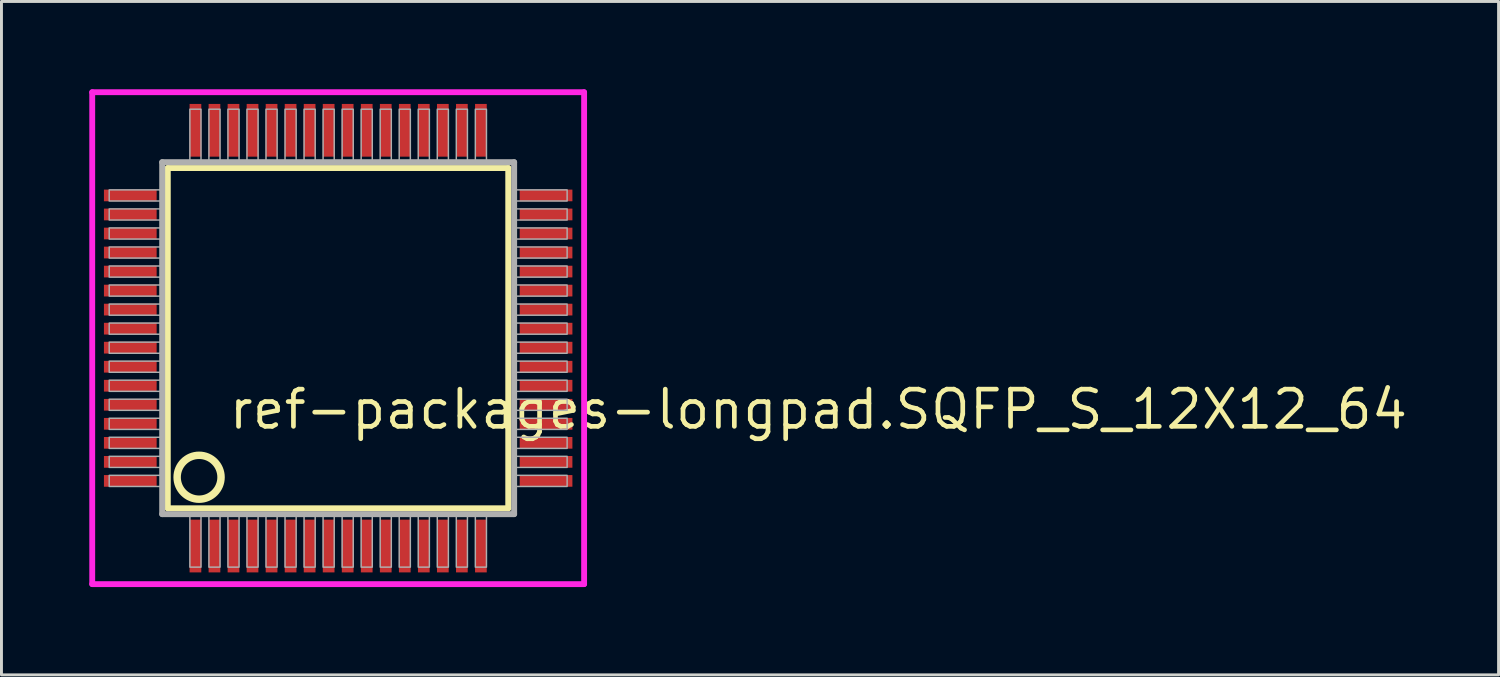
<source format=kicad_pcb>
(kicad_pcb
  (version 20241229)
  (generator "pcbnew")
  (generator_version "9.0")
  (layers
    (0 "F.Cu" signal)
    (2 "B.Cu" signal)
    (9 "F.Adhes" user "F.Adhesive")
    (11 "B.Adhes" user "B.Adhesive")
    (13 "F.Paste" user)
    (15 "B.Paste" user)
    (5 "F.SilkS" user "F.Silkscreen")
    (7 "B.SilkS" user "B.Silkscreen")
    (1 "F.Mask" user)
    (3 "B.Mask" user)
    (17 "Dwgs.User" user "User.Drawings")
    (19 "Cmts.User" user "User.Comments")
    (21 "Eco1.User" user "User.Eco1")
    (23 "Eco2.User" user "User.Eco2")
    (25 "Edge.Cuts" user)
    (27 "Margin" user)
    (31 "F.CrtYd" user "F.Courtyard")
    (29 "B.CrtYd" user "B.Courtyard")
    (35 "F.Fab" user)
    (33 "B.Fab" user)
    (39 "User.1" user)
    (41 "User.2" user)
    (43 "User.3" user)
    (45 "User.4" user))
  (footprint "ref-packages-longpad.SQFP_S_12X12_64"
    (layer "F.Cu")
    (at 8.5 8.5)
    (property "Reference" "ref-packages-longpad.SQFP_S_12X12_64" (at -3.81 3.175 0) (layer "F.SilkS") (effects (font (size 1.27 1.27) (thickness 0.16)) (justify left bottom)))
    (attr smd)
    (fp_line (start -5.82 -5.81) (end 5.81 -5.81) (stroke (width 0.203) (type default)) (layer "F.SilkS"))
    (fp_line (start -5.82 5.81) (end -5.82 -5.81) (stroke (width 0.203) (type default)) (layer "F.SilkS"))
    (fp_line (start 5.81 -5.81) (end 5.81 5.81) (stroke (width 0.203) (type default)) (layer "F.SilkS"))
    (fp_line (start 5.81 5.81) (end -5.82 5.81) (stroke (width 0.203) (type default)) (layer "F.SilkS"))
    (fp_circle (center -4.75 4.75) (end -4 4.75) (stroke (width 0.254) (type default)) (fill no) (layer "F.SilkS"))
    (fp_line (start -8.4 -8.4) (end 8.4 -8.4) (stroke (width 0.2) (type default)) (layer "F.CrtYd"))
    (fp_line (start -8.4 8.4) (end -8.4 -8.4) (stroke (width 0.2) (type default)) (layer "F.CrtYd"))
    (fp_line (start 8.4 -8.4) (end 8.4 8.4) (stroke (width 0.2) (type default)) (layer "F.CrtYd"))
    (fp_line (start 8.4 8.4) (end -8.4 8.4) (stroke (width 0.2) (type default)) (layer "F.CrtYd"))
    (fp_line (start -6.01 -6.01) (end -6.01 6.01) (stroke (width 0.203) (type default)) (layer "F.Fab"))
    (fp_line (start -6.01 6.01) (end 6.01 6.01) (stroke (width 0.203) (type default)) (layer "F.Fab"))
    (fp_line (start 6.01 -6.01) (end -6.01 -6.01) (stroke (width 0.203) (type default)) (layer "F.Fab"))
    (fp_line (start 6.01 6.01) (end 6.01 -6.01) (stroke (width 0.203) (type default)) (layer "F.Fab"))
    (fp_rect (start -7.82 -4.685) (end -6.05 -5.065) (stroke (width 0.05) (type default)) (fill no) (layer "F.Fab"))
    (fp_rect (start -7.82 -4.035) (end -6.05 -4.415) (stroke (width 0.05) (type default)) (fill no) (layer "F.Fab"))
    (fp_rect (start -7.82 -3.385) (end -6.05 -3.765) (stroke (width 0.05) (type default)) (fill no) (layer "F.Fab"))
    (fp_rect (start -7.82 -2.735) (end -6.05 -3.115) (stroke (width 0.05) (type default)) (fill no) (layer "F.Fab"))
    (fp_rect (start -7.82 -2.085) (end -6.05 -2.465) (stroke (width 0.05) (type default)) (fill no) (layer "F.Fab"))
    (fp_rect (start -7.82 -1.435) (end -6.05 -1.815) (stroke (width 0.05) (type default)) (fill no) (layer "F.Fab"))
    (fp_rect (start -7.82 -0.785) (end -6.05 -1.165) (stroke (width 0.05) (type default)) (fill no) (layer "F.Fab"))
    (fp_rect (start -7.82 -0.135) (end -6.05 -0.515) (stroke (width 0.05) (type default)) (fill no) (layer "F.Fab"))
    (fp_rect (start -7.82 0.515) (end -6.05 0.135) (stroke (width 0.05) (type default)) (fill no) (layer "F.Fab"))
    (fp_rect (start -7.82 1.165) (end -6.05 0.785) (stroke (width 0.05) (type default)) (fill no) (layer "F.Fab"))
    (fp_rect (start -7.82 1.815) (end -6.05 1.435) (stroke (width 0.05) (type default)) (fill no) (layer "F.Fab"))
    (fp_rect (start -7.82 2.465) (end -6.05 2.085) (stroke (width 0.05) (type default)) (fill no) (layer "F.Fab"))
    (fp_rect (start -7.82 3.115) (end -6.05 2.735) (stroke (width 0.05) (type default)) (fill no) (layer "F.Fab"))
    (fp_rect (start -7.82 3.765) (end -6.05 3.385) (stroke (width 0.05) (type default)) (fill no) (layer "F.Fab"))
    (fp_rect (start -7.82 4.415) (end -6.05 4.035) (stroke (width 0.05) (type default)) (fill no) (layer "F.Fab"))
    (fp_rect (start -7.82 5.065) (end -6.05 4.685) (stroke (width 0.05) (type default)) (fill no) (layer "F.Fab"))
    (fp_rect (start -5.065 -6.05) (end -4.685 -7.82) (stroke (width 0.05) (type default)) (fill no) (layer "F.Fab"))
    (fp_rect (start -5.065 7.82) (end -4.685 6.05) (stroke (width 0.05) (type default)) (fill no) (layer "F.Fab"))
    (fp_rect (start -4.415 -6.05) (end -4.035 -7.82) (stroke (width 0.05) (type default)) (fill no) (layer "F.Fab"))
    (fp_rect (start -4.415 7.82) (end -4.035 6.05) (stroke (width 0.05) (type default)) (fill no) (layer "F.Fab"))
    (fp_rect (start -3.765 -6.05) (end -3.385 -7.82) (stroke (width 0.05) (type default)) (fill no) (layer "F.Fab"))
    (fp_rect (start -3.765 7.82) (end -3.385 6.05) (stroke (width 0.05) (type default)) (fill no) (layer "F.Fab"))
    (fp_rect (start -3.115 -6.05) (end -2.735 -7.82) (stroke (width 0.05) (type default)) (fill no) (layer "F.Fab"))
    (fp_rect (start -3.115 7.82) (end -2.735 6.05) (stroke (width 0.05) (type default)) (fill no) (layer "F.Fab"))
    (fp_rect (start -2.465 -6.05) (end -2.085 -7.82) (stroke (width 0.05) (type default)) (fill no) (layer "F.Fab"))
    (fp_rect (start -2.465 7.82) (end -2.085 6.05) (stroke (width 0.05) (type default)) (fill no) (layer "F.Fab"))
    (fp_rect (start -1.815 -6.05) (end -1.435 -7.82) (stroke (width 0.05) (type default)) (fill no) (layer "F.Fab"))
    (fp_rect (start -1.815 7.82) (end -1.435 6.05) (stroke (width 0.05) (type default)) (fill no) (layer "F.Fab"))
    (fp_rect (start -1.165 -6.05) (end -0.785 -7.82) (stroke (width 0.05) (type default)) (fill no) (layer "F.Fab"))
    (fp_rect (start -1.165 7.82) (end -0.785 6.05) (stroke (width 0.05) (type default)) (fill no) (layer "F.Fab"))
    (fp_rect (start -0.515 -6.05) (end -0.135 -7.82) (stroke (width 0.05) (type default)) (fill no) (layer "F.Fab"))
    (fp_rect (start -0.515 7.82) (end -0.135 6.05) (stroke (width 0.05) (type default)) (fill no) (layer "F.Fab"))
    (fp_rect (start 0.135 -6.05) (end 0.515 -7.82) (stroke (width 0.05) (type default)) (fill no) (layer "F.Fab"))
    (fp_rect (start 0.135 7.82) (end 0.515 6.05) (stroke (width 0.05) (type default)) (fill no) (layer "F.Fab"))
    (fp_rect (start 0.785 -6.05) (end 1.165 -7.82) (stroke (width 0.05) (type default)) (fill no) (layer "F.Fab"))
    (fp_rect (start 0.785 7.82) (end 1.165 6.05) (stroke (width 0.05) (type default)) (fill no) (layer "F.Fab"))
    (fp_rect (start 1.435 -6.05) (end 1.815 -7.82) (stroke (width 0.05) (type default)) (fill no) (layer "F.Fab"))
    (fp_rect (start 1.435 7.82) (end 1.815 6.05) (stroke (width 0.05) (type default)) (fill no) (layer "F.Fab"))
    (fp_rect (start 2.085 -6.05) (end 2.465 -7.82) (stroke (width 0.05) (type default)) (fill no) (layer "F.Fab"))
    (fp_rect (start 2.085 7.82) (end 2.465 6.05) (stroke (width 0.05) (type default)) (fill no) (layer "F.Fab"))
    (fp_rect (start 2.735 -6.05) (end 3.115 -7.82) (stroke (width 0.05) (type default)) (fill no) (layer "F.Fab"))
    (fp_rect (start 2.735 7.82) (end 3.115 6.05) (stroke (width 0.05) (type default)) (fill no) (layer "F.Fab"))
    (fp_rect (start 3.385 -6.05) (end 3.765 -7.82) (stroke (width 0.05) (type default)) (fill no) (layer "F.Fab"))
    (fp_rect (start 3.385 7.82) (end 3.765 6.05) (stroke (width 0.05) (type default)) (fill no) (layer "F.Fab"))
    (fp_rect (start 4.035 -6.05) (end 4.415 -7.82) (stroke (width 0.05) (type default)) (fill no) (layer "F.Fab"))
    (fp_rect (start 4.035 7.82) (end 4.415 6.05) (stroke (width 0.05) (type default)) (fill no) (layer "F.Fab"))
    (fp_rect (start 4.685 -6.05) (end 5.065 -7.82) (stroke (width 0.05) (type default)) (fill no) (layer "F.Fab"))
    (fp_rect (start 4.685 7.82) (end 5.065 6.05) (stroke (width 0.05) (type default)) (fill no) (layer "F.Fab"))
    (fp_rect (start 6.05 -4.685) (end 7.82 -5.065) (stroke (width 0.05) (type default)) (fill no) (layer "F.Fab"))
    (fp_rect (start 6.05 -4.035) (end 7.82 -4.415) (stroke (width 0.05) (type default)) (fill no) (layer "F.Fab"))
    (fp_rect (start 6.05 -3.385) (end 7.82 -3.765) (stroke (width 0.05) (type default)) (fill no) (layer "F.Fab"))
    (fp_rect (start 6.05 -2.735) (end 7.82 -3.115) (stroke (width 0.05) (type default)) (fill no) (layer "F.Fab"))
    (fp_rect (start 6.05 -2.085) (end 7.82 -2.465) (stroke (width 0.05) (type default)) (fill no) (layer "F.Fab"))
    (fp_rect (start 6.05 -1.435) (end 7.82 -1.815) (stroke (width 0.05) (type default)) (fill no) (layer "F.Fab"))
    (fp_rect (start 6.05 -0.785) (end 7.82 -1.165) (stroke (width 0.05) (type default)) (fill no) (layer "F.Fab"))
    (fp_rect (start 6.05 -0.135) (end 7.82 -0.515) (stroke (width 0.05) (type default)) (fill no) (layer "F.Fab"))
    (fp_rect (start 6.05 0.515) (end 7.82 0.135) (stroke (width 0.05) (type default)) (fill no) (layer "F.Fab"))
    (fp_rect (start 6.05 1.165) (end 7.82 0.785) (stroke (width 0.05) (type default)) (fill no) (layer "F.Fab"))
    (fp_rect (start 6.05 1.815) (end 7.82 1.435) (stroke (width 0.05) (type default)) (fill no) (layer "F.Fab"))
    (fp_rect (start 6.05 2.465) (end 7.82 2.085) (stroke (width 0.05) (type default)) (fill no) (layer "F.Fab"))
    (fp_rect (start 6.05 3.115) (end 7.82 2.735) (stroke (width 0.05) (type default)) (fill no) (layer "F.Fab"))
    (fp_rect (start 6.05 3.765) (end 7.82 3.385) (stroke (width 0.05) (type default)) (fill no) (layer "F.Fab"))
    (fp_rect (start 6.05 4.415) (end 7.82 4.035) (stroke (width 0.05) (type default)) (fill no) (layer "F.Fab"))
    (fp_rect (start 6.05 5.065) (end 7.82 4.685) (stroke (width 0.05) (type default)) (fill no) (layer "F.Fab"))
    (pad "1" smd roundrect (at -4.875 7.1) (size 0.4 1.8) (layers "F.Cu" "F.Mask" "F.Paste") (roundrect_rratio 0.01))
    (pad "2" smd roundrect (at -4.225 7.1) (size 0.4 1.8) (layers "F.Cu" "F.Mask" "F.Paste") (roundrect_rratio 0.01))
    (pad "3" smd roundrect (at -3.575 7.1) (size 0.4 1.8) (layers "F.Cu" "F.Mask" "F.Paste") (roundrect_rratio 0.01))
    (pad "4" smd roundrect (at -2.925 7.1) (size 0.4 1.8) (layers "F.Cu" "F.Mask" "F.Paste") (roundrect_rratio 0.01))
    (pad "5" smd roundrect (at -2.275 7.1) (size 0.4 1.8) (layers "F.Cu" "F.Mask" "F.Paste") (roundrect_rratio 0.01))
    (pad "6" smd roundrect (at -1.625 7.1) (size 0.4 1.8) (layers "F.Cu" "F.Mask" "F.Paste") (roundrect_rratio 0.01))
    (pad "7" smd roundrect (at -0.975 7.1) (size 0.4 1.8) (layers "F.Cu" "F.Mask" "F.Paste") (roundrect_rratio 0.01))
    (pad "8" smd roundrect (at -0.325 7.1) (size 0.4 1.8) (layers "F.Cu" "F.Mask" "F.Paste") (roundrect_rratio 0.01))
    (pad "9" smd roundrect (at 0.325 7.1) (size 0.4 1.8) (layers "F.Cu" "F.Mask" "F.Paste") (roundrect_rratio 0.01))
    (pad "10" smd roundrect (at 0.975 7.1) (size 0.4 1.8) (layers "F.Cu" "F.Mask" "F.Paste") (roundrect_rratio 0.01))
    (pad "11" smd roundrect (at 1.625 7.1) (size 0.4 1.8) (layers "F.Cu" "F.Mask" "F.Paste") (roundrect_rratio 0.01))
    (pad "12" smd roundrect (at 2.275 7.1) (size 0.4 1.8) (layers "F.Cu" "F.Mask" "F.Paste") (roundrect_rratio 0.01))
    (pad "13" smd roundrect (at 2.925 7.1) (size 0.4 1.8) (layers "F.Cu" "F.Mask" "F.Paste") (roundrect_rratio 0.01))
    (pad "14" smd roundrect (at 3.575 7.1) (size 0.4 1.8) (layers "F.Cu" "F.Mask" "F.Paste") (roundrect_rratio 0.01))
    (pad "15" smd roundrect (at 4.225 7.1) (size 0.4 1.8) (layers "F.Cu" "F.Mask" "F.Paste") (roundrect_rratio 0.01))
    (pad "16" smd roundrect (at 4.875 7.1) (size 0.4 1.8) (layers "F.Cu" "F.Mask" "F.Paste") (roundrect_rratio 0.01))
    (pad "17" smd roundrect (at 7.1 4.875) (size 1.8 0.4) (layers "F.Cu" "F.Mask" "F.Paste") (roundrect_rratio 0.01))
    (pad "18" smd roundrect (at 7.1 4.225) (size 1.8 0.4) (layers "F.Cu" "F.Mask" "F.Paste") (roundrect_rratio 0.01))
    (pad "19" smd roundrect (at 7.1 3.575) (size 1.8 0.4) (layers "F.Cu" "F.Mask" "F.Paste") (roundrect_rratio 0.01))
    (pad "20" smd roundrect (at 7.1 2.925) (size 1.8 0.4) (layers "F.Cu" "F.Mask" "F.Paste") (roundrect_rratio 0.01))
    (pad "21" smd roundrect (at 7.1 2.275) (size 1.8 0.4) (layers "F.Cu" "F.Mask" "F.Paste") (roundrect_rratio 0.01))
    (pad "22" smd roundrect (at 7.1 1.625) (size 1.8 0.4) (layers "F.Cu" "F.Mask" "F.Paste") (roundrect_rratio 0.01))
    (pad "23" smd roundrect (at 7.1 0.975) (size 1.8 0.4) (layers "F.Cu" "F.Mask" "F.Paste") (roundrect_rratio 0.01))
    (pad "24" smd roundrect (at 7.1 0.325) (size 1.8 0.4) (layers "F.Cu" "F.Mask" "F.Paste") (roundrect_rratio 0.01))
    (pad "25" smd roundrect (at 7.1 -0.325) (size 1.8 0.4) (layers "F.Cu" "F.Mask" "F.Paste") (roundrect_rratio 0.01))
    (pad "26" smd roundrect (at 7.1 -0.975) (size 1.8 0.4) (layers "F.Cu" "F.Mask" "F.Paste") (roundrect_rratio 0.01))
    (pad "27" smd roundrect (at 7.1 -1.625) (size 1.8 0.4) (layers "F.Cu" "F.Mask" "F.Paste") (roundrect_rratio 0.01))
    (pad "28" smd roundrect (at 7.1 -2.275) (size 1.8 0.4) (layers "F.Cu" "F.Mask" "F.Paste") (roundrect_rratio 0.01))
    (pad "29" smd roundrect (at 7.1 -2.925) (size 1.8 0.4) (layers "F.Cu" "F.Mask" "F.Paste") (roundrect_rratio 0.01))
    (pad "30" smd roundrect (at 7.1 -3.575) (size 1.8 0.4) (layers "F.Cu" "F.Mask" "F.Paste") (roundrect_rratio 0.01))
    (pad "31" smd roundrect (at 7.1 -4.225) (size 1.8 0.4) (layers "F.Cu" "F.Mask" "F.Paste") (roundrect_rratio 0.01))
    (pad "32" smd roundrect (at 7.1 -4.875) (size 1.8 0.4) (layers "F.Cu" "F.Mask" "F.Paste") (roundrect_rratio 0.01))
    (pad "33" smd roundrect (at 4.875 -7.1) (size 0.4 1.8) (layers "F.Cu" "F.Mask" "F.Paste") (roundrect_rratio 0.01))
    (pad "34" smd roundrect (at 4.225 -7.1) (size 0.4 1.8) (layers "F.Cu" "F.Mask" "F.Paste") (roundrect_rratio 0.01))
    (pad "35" smd roundrect (at 3.575 -7.1) (size 0.4 1.8) (layers "F.Cu" "F.Mask" "F.Paste") (roundrect_rratio 0.01))
    (pad "36" smd roundrect (at 2.925 -7.1) (size 0.4 1.8) (layers "F.Cu" "F.Mask" "F.Paste") (roundrect_rratio 0.01))
    (pad "37" smd roundrect (at 2.275 -7.1) (size 0.4 1.8) (layers "F.Cu" "F.Mask" "F.Paste") (roundrect_rratio 0.01))
    (pad "38" smd roundrect (at 1.625 -7.1) (size 0.4 1.8) (layers "F.Cu" "F.Mask" "F.Paste") (roundrect_rratio 0.01))
    (pad "39" smd roundrect (at 0.975 -7.1) (size 0.4 1.8) (layers "F.Cu" "F.Mask" "F.Paste") (roundrect_rratio 0.01))
    (pad "40" smd roundrect (at 0.325 -7.1) (size 0.4 1.8) (layers "F.Cu" "F.Mask" "F.Paste") (roundrect_rratio 0.01))
    (pad "41" smd roundrect (at -0.325 -7.1) (size 0.4 1.8) (layers "F.Cu" "F.Mask" "F.Paste") (roundrect_rratio 0.01))
    (pad "42" smd roundrect (at -0.975 -7.1) (size 0.4 1.8) (layers "F.Cu" "F.Mask" "F.Paste") (roundrect_rratio 0.01))
    (pad "43" smd roundrect (at -1.625 -7.1) (size 0.4 1.8) (layers "F.Cu" "F.Mask" "F.Paste") (roundrect_rratio 0.01))
    (pad "44" smd roundrect (at -2.275 -7.1) (size 0.4 1.8) (layers "F.Cu" "F.Mask" "F.Paste") (roundrect_rratio 0.01))
    (pad "45" smd roundrect (at -2.925 -7.1) (size 0.4 1.8) (layers "F.Cu" "F.Mask" "F.Paste") (roundrect_rratio 0.01))
    (pad "46" smd roundrect (at -3.575 -7.1) (size 0.4 1.8) (layers "F.Cu" "F.Mask" "F.Paste") (roundrect_rratio 0.01))
    (pad "47" smd roundrect (at -4.225 -7.1) (size 0.4 1.8) (layers "F.Cu" "F.Mask" "F.Paste") (roundrect_rratio 0.01))
    (pad "48" smd roundrect (at -4.875 -7.1) (size 0.4 1.8) (layers "F.Cu" "F.Mask" "F.Paste") (roundrect_rratio 0.01))
    (pad "49" smd roundrect (at -7.1 -4.875) (size 1.8 0.4) (layers "F.Cu" "F.Mask" "F.Paste") (roundrect_rratio 0.01))
    (pad "50" smd roundrect (at -7.1 -4.225) (size 1.8 0.4) (layers "F.Cu" "F.Mask" "F.Paste") (roundrect_rratio 0.01))
    (pad "51" smd roundrect (at -7.1 -3.575) (size 1.8 0.4) (layers "F.Cu" "F.Mask" "F.Paste") (roundrect_rratio 0.01))
    (pad "52" smd roundrect (at -7.1 -2.925) (size 1.8 0.4) (layers "F.Cu" "F.Mask" "F.Paste") (roundrect_rratio 0.01))
    (pad "53" smd roundrect (at -7.1 -2.275) (size 1.8 0.4) (layers "F.Cu" "F.Mask" "F.Paste") (roundrect_rratio 0.01))
    (pad "54" smd roundrect (at -7.1 -1.625) (size 1.8 0.4) (layers "F.Cu" "F.Mask" "F.Paste") (roundrect_rratio 0.01))
    (pad "55" smd roundrect (at -7.1 -0.975) (size 1.8 0.4) (layers "F.Cu" "F.Mask" "F.Paste") (roundrect_rratio 0.01))
    (pad "56" smd roundrect (at -7.1 -0.325) (size 1.8 0.4) (layers "F.Cu" "F.Mask" "F.Paste") (roundrect_rratio 0.01))
    (pad "57" smd roundrect (at -7.1 0.325) (size 1.8 0.4) (layers "F.Cu" "F.Mask" "F.Paste") (roundrect_rratio 0.01))
    (pad "58" smd roundrect (at -7.1 0.975) (size 1.8 0.4) (layers "F.Cu" "F.Mask" "F.Paste") (roundrect_rratio 0.01))
    (pad "59" smd roundrect (at -7.1 1.625) (size 1.8 0.4) (layers "F.Cu" "F.Mask" "F.Paste") (roundrect_rratio 0.01))
    (pad "60" smd roundrect (at -7.1 2.275) (size 1.8 0.4) (layers "F.Cu" "F.Mask" "F.Paste") (roundrect_rratio 0.01))
    (pad "61" smd roundrect (at -7.1 2.925) (size 1.8 0.4) (layers "F.Cu" "F.Mask" "F.Paste") (roundrect_rratio 0.01))
    (pad "62" smd roundrect (at -7.1 3.575) (size 1.8 0.4) (layers "F.Cu" "F.Mask" "F.Paste") (roundrect_rratio 0.01))
    (pad "63" smd roundrect (at -7.1 4.225) (size 1.8 0.4) (layers "F.Cu" "F.Mask" "F.Paste") (roundrect_rratio 0.01))
    (pad "64" smd roundrect (at -7.1 4.875) (size 1.8 0.4) (layers "F.Cu" "F.Mask" "F.Paste") (roundrect_rratio 0.01)))
  (gr_rect
    (start -3 -3)
    (end 48.133 20)
    (stroke (width 0.1) (type default))
    (fill no)
    (layer "Edge.Cuts")))
</source>
